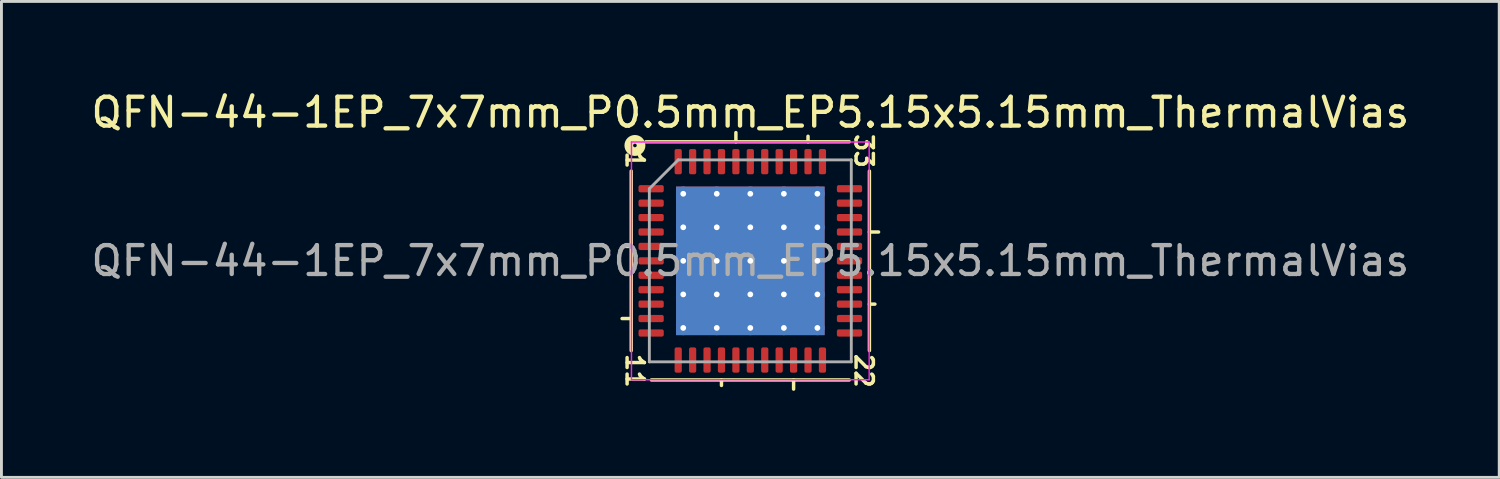
<source format=kicad_pcb>
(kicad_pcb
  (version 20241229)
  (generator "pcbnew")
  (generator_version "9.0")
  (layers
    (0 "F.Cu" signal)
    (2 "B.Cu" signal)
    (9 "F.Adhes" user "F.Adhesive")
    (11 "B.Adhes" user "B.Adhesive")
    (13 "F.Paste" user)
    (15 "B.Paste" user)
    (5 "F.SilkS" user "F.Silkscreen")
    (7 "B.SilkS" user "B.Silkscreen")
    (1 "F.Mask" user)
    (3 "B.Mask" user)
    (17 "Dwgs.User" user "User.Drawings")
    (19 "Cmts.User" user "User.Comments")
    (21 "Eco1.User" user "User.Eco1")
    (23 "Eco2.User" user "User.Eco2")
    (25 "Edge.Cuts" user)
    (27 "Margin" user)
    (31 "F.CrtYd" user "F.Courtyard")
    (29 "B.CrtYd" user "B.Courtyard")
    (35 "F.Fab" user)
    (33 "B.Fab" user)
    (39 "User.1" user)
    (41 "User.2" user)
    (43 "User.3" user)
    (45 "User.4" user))
  (footprint "QFN-44-1EP_7x7mm_P0.5mm_EP5.15x5.15mm_ThermalVias"
    (layer "F.Cu")
    (at 22.958 5.992)
    (property "Reference" "QFN-44-1EP_7x7mm_P0.5mm_EP5.15x5.15mm_ThermalVias" (at 0 -5.144 0) (layer "F.SilkS") (effects (font (size 1 1) (thickness 0.15))))
    (attr smd)
    (fp_line (start -4.128 -3.111) (end -4.128 3.111) (stroke (width 0.12) (type solid)) (layer "F.SilkS"))
    (fp_line (start -4.128 -0.5) (end -4.318 -0.5) (stroke (width 0.12) (type solid)) (layer "F.SilkS"))
    (fp_line (start -4.128 2) (end -4.445 2) (stroke (width 0.12) (type solid)) (layer "F.SilkS"))
    (fp_line (start -3.429 4.128) (end 3.429 4.128) (stroke (width 0.12) (type solid)) (layer "F.SilkS"))
    (fp_line (start -1 4.128) (end -1 4.318) (stroke (width 0.12) (type solid)) (layer "F.SilkS"))
    (fp_line (start -0.5 -4.128) (end -0.5 -4.445) (stroke (width 0.12) (type solid)) (layer "F.SilkS"))
    (fp_line (start 1.5 4.128) (end 1.5 4.445) (stroke (width 0.12) (type solid)) (layer "F.SilkS"))
    (fp_line (start 2 -4.128) (end 2 -4.318) (stroke (width 0.12) (type solid)) (layer "F.SilkS"))
    (fp_line (start 3.429 -4.128) (end -3.619 -4.128) (stroke (width 0.12) (type solid)) (layer "F.SilkS"))
    (fp_line (start 4.128 -1) (end 4.445 -1) (stroke (width 0.12) (type solid)) (layer "F.SilkS"))
    (fp_line (start 4.128 1.5) (end 4.318 1.5) (stroke (width 0.12) (type solid)) (layer "F.SilkS"))
    (fp_line (start 4.128 3.111) (end 4.128 -3.111) (stroke (width 0.12) (type solid)) (layer "F.SilkS"))
    (fp_circle (center -4 -4) (end -3.937 -4) (stroke (width 0.3) (type solid)) (fill no) (layer "F.SilkS"))
    (fp_line (start -4.12 -4.12) (end -4.12 4.12) (stroke (width 0.05) (type solid)) (layer "F.CrtYd"))
    (fp_line (start -4.12 4.12) (end 4.12 4.12) (stroke (width 0.05) (type solid)) (layer "F.CrtYd"))
    (fp_line (start 4.12 -4.12) (end -4.12 -4.12) (stroke (width 0.05) (type solid)) (layer "F.CrtYd"))
    (fp_line (start 4.12 4.12) (end 4.12 -4.12) (stroke (width 0.05) (type solid)) (layer "F.CrtYd"))
    (fp_line (start -3.5 -2.5) (end -2.5 -3.5) (stroke (width 0.1) (type solid)) (layer "F.Fab"))
    (fp_line (start -3.5 3.5) (end -3.5 -2.5) (stroke (width 0.1) (type solid)) (layer "F.Fab"))
    (fp_line (start -2.5 -3.5) (end 3.5 -3.5) (stroke (width 0.1) (type solid)) (layer "F.Fab"))
    (fp_line (start 3.5 -3.5) (end 3.5 3.5) (stroke (width 0.1) (type solid)) (layer "F.Fab"))
    (fp_line (start 3.5 3.5) (end -3.5 3.5) (stroke (width 0.1) (type solid)) (layer "F.Fab"))
    (fp_text user "1" (at -4 -3.493 270) (unlocked yes) (layer "F.SilkS") (effects (font (size 0.6 0.6) (thickness 0.12))))
    (fp_text user "33" (at 3.937 -3.81 270) (unlocked yes) (layer "F.SilkS") (effects (font (size 0.6 0.6) (thickness 0.12))))
    (fp_text user "11" (at -4 3.81 270) (unlocked yes) (layer "F.SilkS") (effects (font (size 0.6 0.6) (thickness 0.12))))
    (fp_text user "22" (at 3.937 3.81 270) (unlocked yes) (layer "F.SilkS") (effects (font (size 0.6 0.6) (thickness 0.12))))
    (fp_text user "${REFERENCE}" (at 0 0 0) (layer "F.Fab") (effects (font (size 1 1) (thickness 0.15))))
    (pad "" smd roundrect (at -1.744 -1.744) (size 0.997 0.997) (layers "F.Paste") (roundrect_rratio 0.25))
    (pad "" smd roundrect (at -1.744 -0.581) (size 0.997 0.997) (layers "F.Paste") (roundrect_rratio 0.25))
    (pad "" smd roundrect (at -1.744 0.581) (size 0.997 0.997) (layers "F.Paste") (roundrect_rratio 0.25))
    (pad "" smd roundrect (at -1.744 1.744) (size 0.997 0.997) (layers "F.Paste") (roundrect_rratio 0.25))
    (pad "" smd roundrect (at -0.581 -1.744) (size 0.997 0.997) (layers "F.Paste") (roundrect_rratio 0.25))
    (pad "" smd roundrect (at -0.581 -0.581) (size 0.997 0.997) (layers "F.Paste") (roundrect_rratio 0.25))
    (pad "" smd roundrect (at -0.581 0.581) (size 0.997 0.997) (layers "F.Paste") (roundrect_rratio 0.25))
    (pad "" smd roundrect (at -0.581 1.744) (size 0.997 0.997) (layers "F.Paste") (roundrect_rratio 0.25))
    (pad "" smd roundrect (at 0.581 -1.744) (size 0.997 0.997) (layers "F.Paste") (roundrect_rratio 0.25))
    (pad "" smd roundrect (at 0.581 -0.581) (size 0.997 0.997) (layers "F.Paste") (roundrect_rratio 0.25))
    (pad "" smd roundrect (at 0.581 0.581) (size 0.997 0.997) (layers "F.Paste") (roundrect_rratio 0.25))
    (pad "" smd roundrect (at 0.581 1.744) (size 0.997 0.997) (layers "F.Paste") (roundrect_rratio 0.25))
    (pad "" smd roundrect (at 1.744 -1.744) (size 0.997 0.997) (layers "F.Paste") (roundrect_rratio 0.25))
    (pad "" smd roundrect (at 1.744 -0.581) (size 0.997 0.997) (layers "F.Paste") (roundrect_rratio 0.25))
    (pad "" smd roundrect (at 1.744 0.581) (size 0.997 0.997) (layers "F.Paste") (roundrect_rratio 0.25))
    (pad "" smd roundrect (at 1.744 1.744) (size 0.997 0.997) (layers "F.Paste") (roundrect_rratio 0.25))
    (pad "1" smd roundrect (at -3.438 -2.5) (size 0.875 0.25) (layers "F.Cu" "F.Mask" "F.Paste") (roundrect_rratio 0.25))
    (pad "2" smd roundrect (at -3.438 -2) (size 0.875 0.25) (layers "F.Cu" "F.Mask" "F.Paste") (roundrect_rratio 0.25))
    (pad "3" smd roundrect (at -3.438 -1.5) (size 0.875 0.25) (layers "F.Cu" "F.Mask" "F.Paste") (roundrect_rratio 0.25))
    (pad "4" smd roundrect (at -3.438 -1) (size 0.875 0.25) (layers "F.Cu" "F.Mask" "F.Paste") (roundrect_rratio 0.25))
    (pad "5" smd roundrect (at -3.438 -0.5) (size 0.875 0.25) (layers "F.Cu" "F.Mask" "F.Paste") (roundrect_rratio 0.25))
    (pad "6" smd roundrect (at -3.438 0) (size 0.875 0.25) (layers "F.Cu" "F.Mask" "F.Paste") (roundrect_rratio 0.25))
    (pad "7" smd roundrect (at -3.438 0.5) (size 0.875 0.25) (layers "F.Cu" "F.Mask" "F.Paste") (roundrect_rratio 0.25))
    (pad "8" smd roundrect (at -3.438 1) (size 0.875 0.25) (layers "F.Cu" "F.Mask" "F.Paste") (roundrect_rratio 0.25))
    (pad "9" smd roundrect (at -3.438 1.5) (size 0.875 0.25) (layers "F.Cu" "F.Mask" "F.Paste") (roundrect_rratio 0.25))
    (pad "10" smd roundrect (at -3.438 2) (size 0.875 0.25) (layers "F.Cu" "F.Mask" "F.Paste") (roundrect_rratio 0.25))
    (pad "11" smd roundrect (at -3.438 2.5) (size 0.875 0.25) (layers "F.Cu" "F.Mask" "F.Paste") (roundrect_rratio 0.25))
    (pad "12" smd roundrect (at -2.5 3.438) (size 0.25 0.875) (layers "F.Cu" "F.Mask" "F.Paste") (roundrect_rratio 0.25))
    (pad "13" smd roundrect (at -2 3.438) (size 0.25 0.875) (layers "F.Cu" "F.Mask" "F.Paste") (roundrect_rratio 0.25))
    (pad "14" smd roundrect (at -1.5 3.438) (size 0.25 0.875) (layers "F.Cu" "F.Mask" "F.Paste") (roundrect_rratio 0.25))
    (pad "15" smd roundrect (at -1 3.438) (size 0.25 0.875) (layers "F.Cu" "F.Mask" "F.Paste") (roundrect_rratio 0.25))
    (pad "16" smd roundrect (at -0.5 3.438) (size 0.25 0.875) (layers "F.Cu" "F.Mask" "F.Paste") (roundrect_rratio 0.25))
    (pad "17" smd roundrect (at 0 3.438) (size 0.25 0.875) (layers "F.Cu" "F.Mask" "F.Paste") (roundrect_rratio 0.25))
    (pad "18" smd roundrect (at 0.5 3.438) (size 0.25 0.875) (layers "F.Cu" "F.Mask" "F.Paste") (roundrect_rratio 0.25))
    (pad "19" smd roundrect (at 1 3.438) (size 0.25 0.875) (layers "F.Cu" "F.Mask" "F.Paste") (roundrect_rratio 0.25))
    (pad "20" smd roundrect (at 1.5 3.438) (size 0.25 0.875) (layers "F.Cu" "F.Mask" "F.Paste") (roundrect_rratio 0.25))
    (pad "21" smd roundrect (at 2 3.438) (size 0.25 0.875) (layers "F.Cu" "F.Mask" "F.Paste") (roundrect_rratio 0.25))
    (pad "22" smd roundrect (at 2.5 3.438) (size 0.25 0.875) (layers "F.Cu" "F.Mask" "F.Paste") (roundrect_rratio 0.25))
    (pad "23" smd roundrect (at 3.438 2.5) (size 0.875 0.25) (layers "F.Cu" "F.Mask" "F.Paste") (roundrect_rratio 0.25))
    (pad "24" smd roundrect (at 3.438 2) (size 0.875 0.25) (layers "F.Cu" "F.Mask" "F.Paste") (roundrect_rratio 0.25))
    (pad "25" smd roundrect (at 3.438 1.5) (size 0.875 0.25) (layers "F.Cu" "F.Mask" "F.Paste") (roundrect_rratio 0.25))
    (pad "26" smd roundrect (at 3.438 1) (size 0.875 0.25) (layers "F.Cu" "F.Mask" "F.Paste") (roundrect_rratio 0.25))
    (pad "27" smd roundrect (at 3.438 0.5) (size 0.875 0.25) (layers "F.Cu" "F.Mask" "F.Paste") (roundrect_rratio 0.25))
    (pad "28" smd roundrect (at 3.438 0) (size 0.875 0.25) (layers "F.Cu" "F.Mask" "F.Paste") (roundrect_rratio 0.25))
    (pad "29" smd roundrect (at 3.438 -0.5) (size 0.875 0.25) (layers "F.Cu" "F.Mask" "F.Paste") (roundrect_rratio 0.25))
    (pad "30" smd roundrect (at 3.438 -1) (size 0.875 0.25) (layers "F.Cu" "F.Mask" "F.Paste") (roundrect_rratio 0.25))
    (pad "31" smd roundrect (at 3.438 -1.5) (size 0.875 0.25) (layers "F.Cu" "F.Mask" "F.Paste") (roundrect_rratio 0.25))
    (pad "32" smd roundrect (at 3.438 -2) (size 0.875 0.25) (layers "F.Cu" "F.Mask" "F.Paste") (roundrect_rratio 0.25))
    (pad "33" smd roundrect (at 3.438 -2.5) (size 0.875 0.25) (layers "F.Cu" "F.Mask" "F.Paste") (roundrect_rratio 0.25))
    (pad "34" smd roundrect (at 2.5 -3.438) (size 0.25 0.875) (layers "F.Cu" "F.Mask" "F.Paste") (roundrect_rratio 0.25))
    (pad "35" smd roundrect (at 2 -3.438) (size 0.25 0.875) (layers "F.Cu" "F.Mask" "F.Paste") (roundrect_rratio 0.25))
    (pad "36" smd roundrect (at 1.5 -3.438) (size 0.25 0.875) (layers "F.Cu" "F.Mask" "F.Paste") (roundrect_rratio 0.25))
    (pad "37" smd roundrect (at 1 -3.438) (size 0.25 0.875) (layers "F.Cu" "F.Mask" "F.Paste") (roundrect_rratio 0.25))
    (pad "38" smd roundrect (at 0.5 -3.438) (size 0.25 0.875) (layers "F.Cu" "F.Mask" "F.Paste") (roundrect_rratio 0.25))
    (pad "39" smd roundrect (at 0 -3.438) (size 0.25 0.875) (layers "F.Cu" "F.Mask" "F.Paste") (roundrect_rratio 0.25))
    (pad "40" smd roundrect (at -0.5 -3.438) (size 0.25 0.875) (layers "F.Cu" "F.Mask" "F.Paste") (roundrect_rratio 0.25))
    (pad "41" smd roundrect (at -1 -3.438) (size 0.25 0.875) (layers "F.Cu" "F.Mask" "F.Paste") (roundrect_rratio 0.25))
    (pad "42" smd roundrect (at -1.5 -3.438) (size 0.25 0.875) (layers "F.Cu" "F.Mask" "F.Paste") (roundrect_rratio 0.25))
    (pad "43" smd roundrect (at -2 -3.438) (size 0.25 0.875) (layers "F.Cu" "F.Mask" "F.Paste") (roundrect_rratio 0.25))
    (pad "44" smd roundrect (at -2.5 -3.438) (size 0.25 0.875) (layers "F.Cu" "F.Mask" "F.Paste") (roundrect_rratio 0.25))
    (pad "45" thru_hole circle (at -2.325 -2.325) (size 0.5 0.5) (drill 0.2) (layers "*.Cu"))
    (pad "45" thru_hole circle (at -2.325 -1.163) (size 0.5 0.5) (drill 0.2) (layers "*.Cu"))
    (pad "45" thru_hole circle (at -2.325 0) (size 0.5 0.5) (drill 0.2) (layers "*.Cu"))
    (pad "45" thru_hole circle (at -2.325 1.163) (size 0.5 0.5) (drill 0.2) (layers "*.Cu"))
    (pad "45" thru_hole circle (at -2.325 2.325) (size 0.5 0.5) (drill 0.2) (layers "*.Cu"))
    (pad "45" thru_hole circle (at -1.163 -2.325) (size 0.5 0.5) (drill 0.2) (layers "*.Cu"))
    (pad "45" thru_hole circle (at -1.163 -1.163) (size 0.5 0.5) (drill 0.2) (layers "*.Cu"))
    (pad "45" thru_hole circle (at -1.163 0) (size 0.5 0.5) (drill 0.2) (layers "*.Cu"))
    (pad "45" thru_hole circle (at -1.163 1.163) (size 0.5 0.5) (drill 0.2) (layers "*.Cu"))
    (pad "45" thru_hole circle (at -1.163 2.325) (size 0.5 0.5) (drill 0.2) (layers "*.Cu"))
    (pad "45" thru_hole circle (at 0 -2.325) (size 0.5 0.5) (drill 0.2) (layers "*.Cu"))
    (pad "45" thru_hole circle (at 0 -1.163) (size 0.5 0.5) (drill 0.2) (layers "*.Cu"))
    (pad "45" thru_hole circle (at 0 0) (size 0.5 0.5) (drill 0.2) (layers "*.Cu"))
    (pad "45" smd rect (at 0 0) (size 5.15 5.15) (layers "F.Cu" "F.Mask"))
    (pad "45" smd rect (at 0 0) (size 5.15 5.15) (layers "B.Cu"))
    (pad "45" thru_hole circle (at 0 1.163) (size 0.5 0.5) (drill 0.2) (layers "*.Cu"))
    (pad "45" thru_hole circle (at 0 2.325) (size 0.5 0.5) (drill 0.2) (layers "*.Cu"))
    (pad "45" thru_hole circle (at 1.163 -2.325) (size 0.5 0.5) (drill 0.2) (layers "*.Cu"))
    (pad "45" thru_hole circle (at 1.163 -1.163) (size 0.5 0.5) (drill 0.2) (layers "*.Cu"))
    (pad "45" thru_hole circle (at 1.163 0) (size 0.5 0.5) (drill 0.2) (layers "*.Cu"))
    (pad "45" thru_hole circle (at 1.163 1.163) (size 0.5 0.5) (drill 0.2) (layers "*.Cu"))
    (pad "45" thru_hole circle (at 1.163 2.325) (size 0.5 0.5) (drill 0.2) (layers "*.Cu"))
    (pad "45" thru_hole circle (at 2.325 -2.325) (size 0.5 0.5) (drill 0.2) (layers "*.Cu"))
    (pad "45" thru_hole circle (at 2.325 -1.163) (size 0.5 0.5) (drill 0.2) (layers "*.Cu"))
    (pad "45" thru_hole circle (at 2.325 0) (size 0.5 0.5) (drill 0.2) (layers "*.Cu"))
    (pad "45" thru_hole circle (at 2.325 1.163) (size 0.5 0.5) (drill 0.2) (layers "*.Cu"))
    (pad "45" thru_hole circle (at 2.325 2.325) (size 0.5 0.5) (drill 0.2) (layers "*.Cu")))
  (gr_rect
    (start -3 -3)
    (end 48.917 13.497)
    (stroke (width 0.1) (type default))
    (fill no)
    (layer "Edge.Cuts")))
</source>
